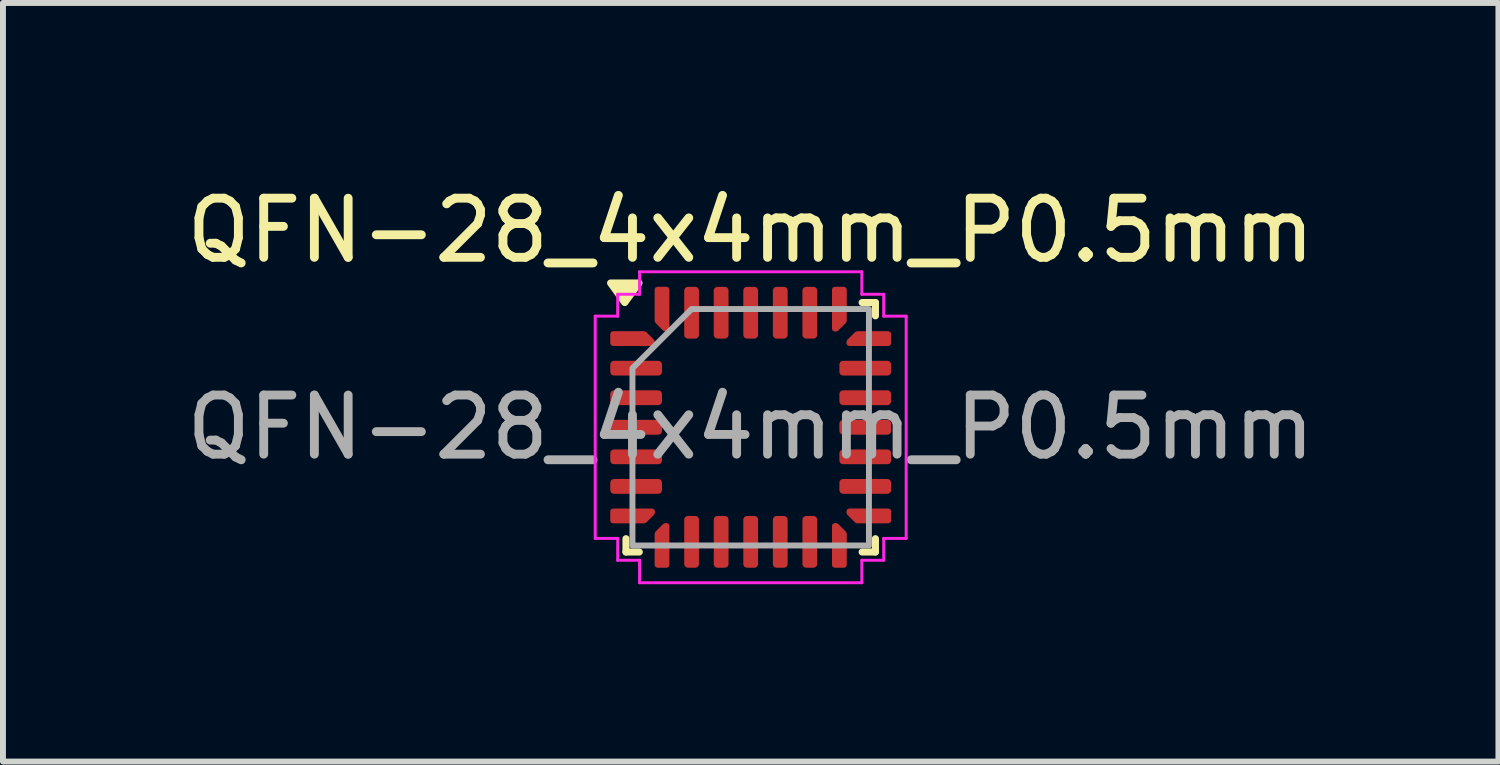
<source format=kicad_pcb>
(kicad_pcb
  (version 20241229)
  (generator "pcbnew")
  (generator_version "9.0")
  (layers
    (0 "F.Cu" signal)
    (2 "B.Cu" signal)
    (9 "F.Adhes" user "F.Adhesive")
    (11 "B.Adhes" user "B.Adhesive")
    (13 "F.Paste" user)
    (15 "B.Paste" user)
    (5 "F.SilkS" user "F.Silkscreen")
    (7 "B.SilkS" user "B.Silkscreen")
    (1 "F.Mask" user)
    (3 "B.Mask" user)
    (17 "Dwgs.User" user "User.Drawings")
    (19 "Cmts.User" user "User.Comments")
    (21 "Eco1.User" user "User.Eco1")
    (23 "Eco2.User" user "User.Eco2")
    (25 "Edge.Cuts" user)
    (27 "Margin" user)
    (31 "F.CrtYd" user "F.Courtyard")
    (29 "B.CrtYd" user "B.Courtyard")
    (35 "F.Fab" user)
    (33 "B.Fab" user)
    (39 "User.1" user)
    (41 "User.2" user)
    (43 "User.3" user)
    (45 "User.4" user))
  (footprint "QFN-28_4x4mm_P0.5mm"
    (layer "F.Cu")
    (at 9.649 4.178)
    (property "Reference" "QFN-28_4x4mm_P0.5mm" (at 0 -3.33 0) (layer "F.SilkS") (effects (font (size 1 1) (thickness 0.15))))
    (attr smd)
    (fp_line (start -2.11 2.11) (end -2.11 1.885) (stroke (width 0.12) (type solid)) (layer "F.SilkS"))
    (fp_line (start -1.885 2.11) (end -2.11 2.11) (stroke (width 0.12) (type solid)) (layer "F.SilkS"))
    (fp_line (start 1.885 -2.11) (end 2.11 -2.11) (stroke (width 0.12) (type solid)) (layer "F.SilkS"))
    (fp_line (start 1.885 2.11) (end 2.11 2.11) (stroke (width 0.12) (type solid)) (layer "F.SilkS"))
    (fp_line (start 2.11 -2.11) (end 2.11 -1.885) (stroke (width 0.12) (type solid)) (layer "F.SilkS"))
    (fp_line (start 2.11 2.11) (end 2.11 1.885) (stroke (width 0.12) (type solid)) (layer "F.SilkS"))
    (fp_poly (pts (xy -2.13 -2.11) (xy -2.37 -2.44) (xy -1.89 -2.44)) (stroke (width 0.12) (type solid)) (fill yes) (layer "F.SilkS"))
    (fp_line (start -2.63 -1.88) (end -2.25 -1.88) (stroke (width 0.05) (type solid)) (layer "F.CrtYd"))
    (fp_line (start -2.63 1.88) (end -2.63 -1.88) (stroke (width 0.05) (type solid)) (layer "F.CrtYd"))
    (fp_line (start -2.25 -2.25) (end -1.88 -2.25) (stroke (width 0.05) (type solid)) (layer "F.CrtYd"))
    (fp_line (start -2.25 -1.88) (end -2.25 -2.25) (stroke (width 0.05) (type solid)) (layer "F.CrtYd"))
    (fp_line (start -2.25 1.88) (end -2.63 1.88) (stroke (width 0.05) (type solid)) (layer "F.CrtYd"))
    (fp_line (start -2.25 2.25) (end -2.25 1.88) (stroke (width 0.05) (type solid)) (layer "F.CrtYd"))
    (fp_line (start -1.88 -2.63) (end 1.88 -2.63) (stroke (width 0.05) (type solid)) (layer "F.CrtYd"))
    (fp_line (start -1.88 -2.25) (end -1.88 -2.63) (stroke (width 0.05) (type solid)) (layer "F.CrtYd"))
    (fp_line (start -1.88 2.25) (end -2.25 2.25) (stroke (width 0.05) (type solid)) (layer "F.CrtYd"))
    (fp_line (start -1.88 2.63) (end -1.88 2.25) (stroke (width 0.05) (type solid)) (layer "F.CrtYd"))
    (fp_line (start 1.88 -2.63) (end 1.88 -2.25) (stroke (width 0.05) (type solid)) (layer "F.CrtYd"))
    (fp_line (start 1.88 -2.25) (end 2.25 -2.25) (stroke (width 0.05) (type solid)) (layer "F.CrtYd"))
    (fp_line (start 1.88 2.25) (end 1.88 2.63) (stroke (width 0.05) (type solid)) (layer "F.CrtYd"))
    (fp_line (start 1.88 2.63) (end -1.88 2.63) (stroke (width 0.05) (type solid)) (layer "F.CrtYd"))
    (fp_line (start 2.25 -2.25) (end 2.25 -1.88) (stroke (width 0.05) (type solid)) (layer "F.CrtYd"))
    (fp_line (start 2.25 -1.88) (end 2.63 -1.88) (stroke (width 0.05) (type solid)) (layer "F.CrtYd"))
    (fp_line (start 2.25 1.88) (end 2.25 2.25) (stroke (width 0.05) (type solid)) (layer "F.CrtYd"))
    (fp_line (start 2.25 2.25) (end 1.88 2.25) (stroke (width 0.05) (type solid)) (layer "F.CrtYd"))
    (fp_line (start 2.63 -1.88) (end 2.63 1.88) (stroke (width 0.05) (type solid)) (layer "F.CrtYd"))
    (fp_line (start 2.63 1.88) (end 2.25 1.88) (stroke (width 0.05) (type solid)) (layer "F.CrtYd"))
    (fp_poly (pts (xy -2 -1) (xy -2 2) (xy 2 2) (xy 2 -2) (xy -1 -2)) (stroke (width 0.1) (type solid)) (fill no) (layer "F.Fab"))
    (fp_text user "${REFERENCE}" (at 0 0 0) (layer "F.Fab") (effects (font (size 1 1) (thickness 0.15))))
    (pad "1" smd custom (at -1.998 -1.5) (size 0.137 0.137) (layers "F.Cu" "F.Mask" "F.Paste") (options (anchor circle)) (primitives (gr_poly (pts (xy -0.333 -0.08) (xy 0.199 -0.08) (xy 0.333 0.054) (xy 0.333 0.08) (xy -0.333 0.08)) (width 0.09) (fill yes))))
    (pad "2" smd roundrect (at -1.938 -1) (size 0.875 0.25) (layers "F.Cu" "F.Mask" "F.Paste") (roundrect_rratio 0.25))
    (pad "3" smd roundrect (at -1.938 -0.5) (size 0.875 0.25) (layers "F.Cu" "F.Mask" "F.Paste") (roundrect_rratio 0.25))
    (pad "4" smd roundrect (at -1.938 0) (size 0.875 0.25) (layers "F.Cu" "F.Mask" "F.Paste") (roundrect_rratio 0.25))
    (pad "5" smd roundrect (at -1.938 0.5) (size 0.875 0.25) (layers "F.Cu" "F.Mask" "F.Paste") (roundrect_rratio 0.25))
    (pad "6" smd roundrect (at -1.938 1) (size 0.875 0.25) (layers "F.Cu" "F.Mask" "F.Paste") (roundrect_rratio 0.25))
    (pad "7" smd custom (at -1.998 1.5) (size 0.137 0.137) (layers "F.Cu" "F.Mask" "F.Paste") (options (anchor circle)) (primitives (gr_poly (pts (xy -0.333 -0.08) (xy 0.333 -0.08) (xy 0.333 -0.054) (xy 0.199 0.08) (xy -0.333 0.08)) (width 0.09) (fill yes))))
    (pad "8" smd custom (at -1.5 1.998) (size 0.137 0.137) (layers "F.Cu" "F.Mask" "F.Paste") (options (anchor circle)) (primitives (gr_poly (pts (xy -0.08 -0.199) (xy 0.054 -0.333) (xy 0.08 -0.333) (xy 0.08 0.333) (xy -0.08 0.333)) (width 0.09) (fill yes))))
    (pad "9" smd roundrect (at -1 1.938) (size 0.25 0.875) (layers "F.Cu" "F.Mask" "F.Paste") (roundrect_rratio 0.25))
    (pad "10" smd roundrect (at -0.5 1.938) (size 0.25 0.875) (layers "F.Cu" "F.Mask" "F.Paste") (roundrect_rratio 0.25))
    (pad "11" smd roundrect (at 0 1.938) (size 0.25 0.875) (layers "F.Cu" "F.Mask" "F.Paste") (roundrect_rratio 0.25))
    (pad "12" smd roundrect (at 0.5 1.938) (size 0.25 0.875) (layers "F.Cu" "F.Mask" "F.Paste") (roundrect_rratio 0.25))
    (pad "13" smd roundrect (at 1 1.938) (size 0.25 0.875) (layers "F.Cu" "F.Mask" "F.Paste") (roundrect_rratio 0.25))
    (pad "14" smd custom (at 1.5 1.998) (size 0.137 0.137) (layers "F.Cu" "F.Mask" "F.Paste") (options (anchor circle)) (primitives (gr_poly (pts (xy -0.08 -0.333) (xy -0.054 -0.333) (xy 0.08 -0.199) (xy 0.08 0.333) (xy -0.08 0.333)) (width 0.09) (fill yes))))
    (pad "15" smd custom (at 1.998 1.5) (size 0.137 0.137) (layers "F.Cu" "F.Mask" "F.Paste") (options (anchor circle)) (primitives (gr_poly (pts (xy -0.333 -0.08) (xy 0.333 -0.08) (xy 0.333 0.08) (xy -0.199 0.08) (xy -0.333 -0.054)) (width 0.09) (fill yes))))
    (pad "16" smd roundrect (at 1.938 1) (size 0.875 0.25) (layers "F.Cu" "F.Mask" "F.Paste") (roundrect_rratio 0.25))
    (pad "17" smd roundrect (at 1.938 0.5) (size 0.875 0.25) (layers "F.Cu" "F.Mask" "F.Paste") (roundrect_rratio 0.25))
    (pad "18" smd roundrect (at 1.938 0) (size 0.875 0.25) (layers "F.Cu" "F.Mask" "F.Paste") (roundrect_rratio 0.25))
    (pad "19" smd roundrect (at 1.938 -0.5) (size 0.875 0.25) (layers "F.Cu" "F.Mask" "F.Paste") (roundrect_rratio 0.25))
    (pad "20" smd roundrect (at 1.938 -1) (size 0.875 0.25) (layers "F.Cu" "F.Mask" "F.Paste") (roundrect_rratio 0.25))
    (pad "21" smd custom (at 1.998 -1.5) (size 0.137 0.137) (layers "F.Cu" "F.Mask" "F.Paste") (options (anchor circle)) (primitives (gr_poly (pts (xy -0.333 0.054) (xy -0.199 -0.08) (xy 0.333 -0.08) (xy 0.333 0.08) (xy -0.333 0.08)) (width 0.09) (fill yes))))
    (pad "22" smd custom (at 1.5 -1.998) (size 0.137 0.137) (layers "F.Cu" "F.Mask" "F.Paste") (options (anchor circle)) (primitives (gr_poly (pts (xy -0.08 -0.333) (xy 0.08 -0.333) (xy 0.08 0.199) (xy -0.054 0.333) (xy -0.08 0.333)) (width 0.09) (fill yes))))
    (pad "23" smd roundrect (at 1 -1.938) (size 0.25 0.875) (layers "F.Cu" "F.Mask" "F.Paste") (roundrect_rratio 0.25))
    (pad "24" smd roundrect (at 0.5 -1.938) (size 0.25 0.875) (layers "F.Cu" "F.Mask" "F.Paste") (roundrect_rratio 0.25))
    (pad "25" smd roundrect (at 0 -1.938) (size 0.25 0.875) (layers "F.Cu" "F.Mask" "F.Paste") (roundrect_rratio 0.25))
    (pad "26" smd roundrect (at -0.5 -1.938) (size 0.25 0.875) (layers "F.Cu" "F.Mask" "F.Paste") (roundrect_rratio 0.25))
    (pad "27" smd roundrect (at -1 -1.938) (size 0.25 0.875) (layers "F.Cu" "F.Mask" "F.Paste") (roundrect_rratio 0.25))
    (pad "28" smd custom (at -1.5 -1.998) (size 0.137 0.137) (layers "F.Cu" "F.Mask" "F.Paste") (options (anchor circle)) (primitives (gr_poly (pts (xy -0.08 -0.333) (xy 0.08 -0.333) (xy 0.08 0.333) (xy 0.054 0.333) (xy -0.08 0.199)) (width 0.09) (fill yes)))))
  (gr_rect
    (start -3 -3)
    (end 22.298 9.833)
    (stroke (width 0.1) (type default))
    (fill no)
    (layer "Edge.Cuts")))
</source>
